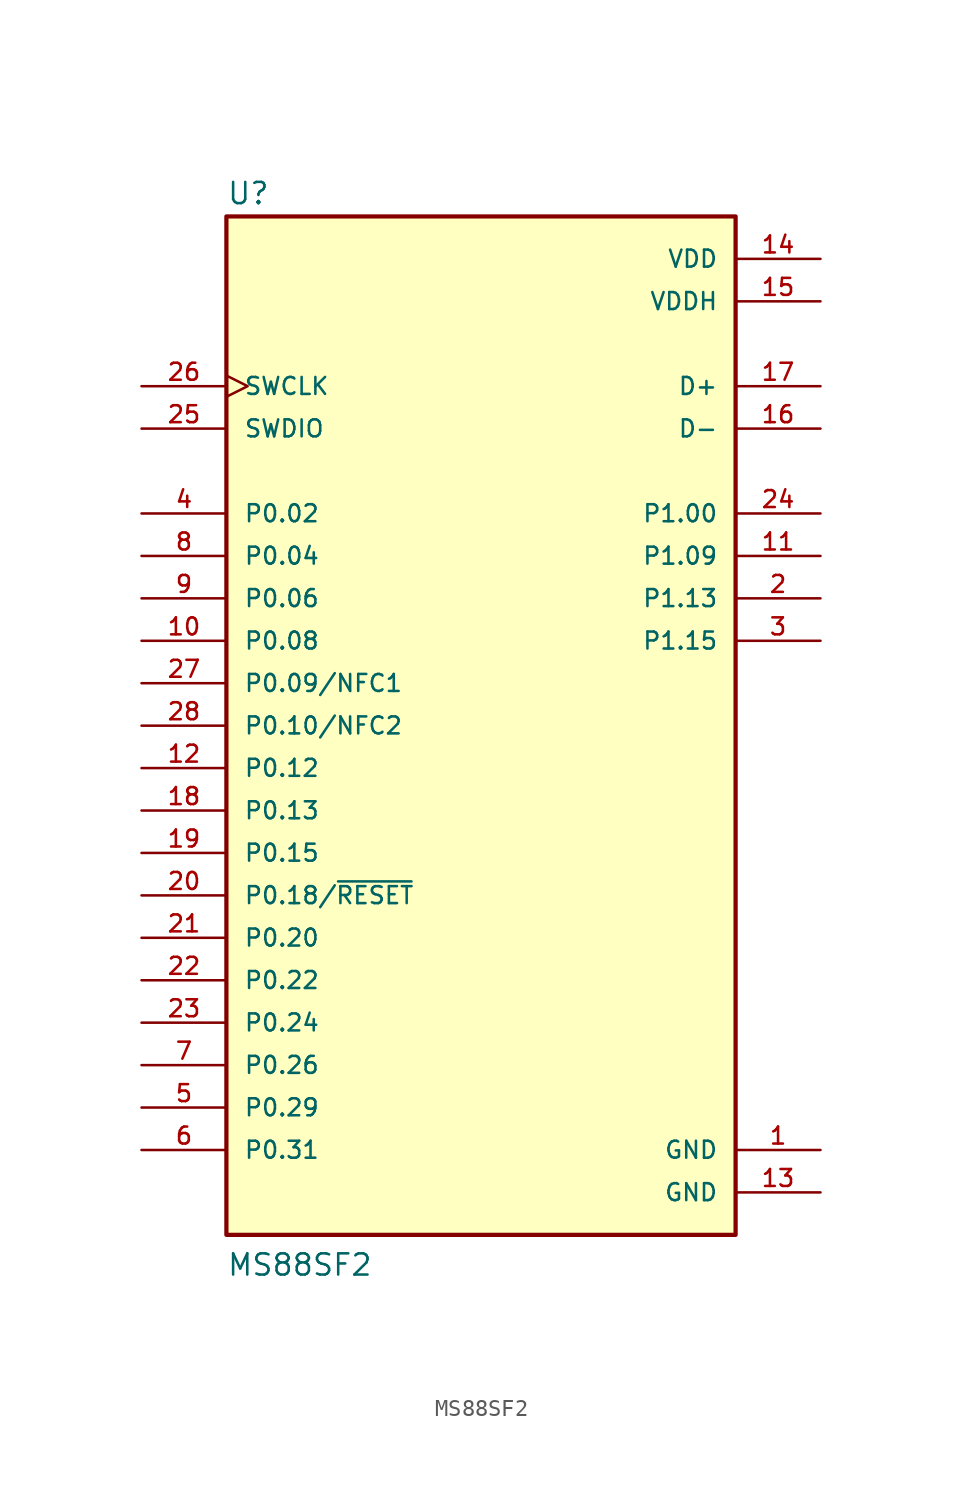
<source format=kicad_sym>
(kicad_symbol_lib
  (version 20211014)
  (generator kicad_symbol_editor)
  (symbol "MS88SF2"
    (pin_names
      (offset 1.016))
    (property "Reference" "U"
      (at -15.24 31.115 0)
      (effects (font (size 1.27 1.27)) (justify left bottom)))
    (property "Value" "MS88SF2"
      (at -15.24 -33.02 0)
      (effects (font (size 1.27 1.27)) (justify left bottom)))
    (symbol "MS88SF2_0_0"
      (rectangle (start -15.24 -30.48) (end 15.24 30.48) (stroke (width 0.254) (type default) (color 0 0 0 0)) (fill (type background)))
      (pin power_in line (at 20.32 -25.4 180) (length 5.08) (name "GND" (effects (font (size 1.016 1.016)))) (number "1" (effects (font (size 1.016 1.016)))))
      (pin bidirectional line (at -20.32 5.08 0) (length 5.08) (name "P0.08" (effects (font (size 1.016 1.016)))) (number "10" (effects (font (size 1.016 1.016)))))
      (pin bidirectional line (at 20.32 10.16 180) (length 5.08) (name "P1.09" (effects (font (size 1.016 1.016)))) (number "11" (effects (font (size 1.016 1.016)))))
      (pin bidirectional line (at -20.32 -2.54 0) (length 5.08) (name "P0.12" (effects (font (size 1.016 1.016)))) (number "12" (effects (font (size 1.016 1.016)))))
      (pin power_in line (at 20.32 -27.94 180) (length 5.08) (name "GND" (effects (font (size 1.016 1.016)))) (number "13" (effects (font (size 1.016 1.016)))))
      (pin power_in line (at 20.32 27.94 180) (length 5.08) (name "VDD" (effects (font (size 1.016 1.016)))) (number "14" (effects (font (size 1.016 1.016)))))
      (pin power_in line (at 20.32 25.4 180) (length 5.08) (name "VDDH" (effects (font (size 1.016 1.016)))) (number "15" (effects (font (size 1.016 1.016)))))
      (pin bidirectional line (at 20.32 17.78 180) (length 5.08) (name "D-" (effects (font (size 1.016 1.016)))) (number "16" (effects (font (size 1.016 1.016)))))
      (pin bidirectional line (at 20.32 20.32 180) (length 5.08) (name "D+" (effects (font (size 1.016 1.016)))) (number "17" (effects (font (size 1.016 1.016)))))
      (pin bidirectional line (at -20.32 -5.08 0) (length 5.08) (name "P0.13" (effects (font (size 1.016 1.016)))) (number "18" (effects (font (size 1.016 1.016)))))
      (pin bidirectional line (at -20.32 -7.62 0) (length 5.08) (name "P0.15" (effects (font (size 1.016 1.016)))) (number "19" (effects (font (size 1.016 1.016)))))
      (pin bidirectional line (at 20.32 7.62 180) (length 5.08) (name "P1.13" (effects (font (size 1.016 1.016)))) (number "2" (effects (font (size 1.016 1.016)))))
      (pin bidirectional line (at -20.32 -10.16 0) (length 5.08) (name "P0.18/~{RESET}" (effects (font (size 1.016 1.016)))) (number "20" (effects (font (size 1.016 1.016)))))
      (pin bidirectional line (at -20.32 -12.7 0) (length 5.08) (name "P0.20" (effects (font (size 1.016 1.016)))) (number "21" (effects (font (size 1.016 1.016)))))
      (pin bidirectional line (at -20.32 -15.24 0) (length 5.08) (name "P0.22" (effects (font (size 1.016 1.016)))) (number "22" (effects (font (size 1.016 1.016)))))
      (pin bidirectional line (at -20.32 -17.78 0) (length 5.08) (name "P0.24" (effects (font (size 1.016 1.016)))) (number "23" (effects (font (size 1.016 1.016)))))
      (pin bidirectional line (at 20.32 12.7 180) (length 5.08) (name "P1.00" (effects (font (size 1.016 1.016)))) (number "24" (effects (font (size 1.016 1.016)))))
      (pin bidirectional line (at -20.32 17.78 0) (length 5.08) (name "SWDIO" (effects (font (size 1.016 1.016)))) (number "25" (effects (font (size 1.016 1.016)))))
      (pin input clock (at -20.32 20.32 0) (length 5.08) (name "SWCLK" (effects (font (size 1.016 1.016)))) (number "26" (effects (font (size 1.016 1.016)))))
      (pin bidirectional line (at -20.32 2.54 0) (length 5.08) (name "P0.09/NFC1" (effects (font (size 1.016 1.016)))) (number "27" (effects (font (size 1.016 1.016)))))
      (pin bidirectional line (at -20.32 0 0) (length 5.08) (name "P0.10/NFC2" (effects (font (size 1.016 1.016)))) (number "28" (effects (font (size 1.016 1.016)))))
      (pin bidirectional line (at 20.32 5.08 180) (length 5.08) (name "P1.15" (effects (font (size 1.016 1.016)))) (number "3" (effects (font (size 1.016 1.016)))))
      (pin bidirectional line (at -20.32 12.7 0) (length 5.08) (name "P0.02" (effects (font (size 1.016 1.016)))) (number "4" (effects (font (size 1.016 1.016)))))
      (pin bidirectional line (at -20.32 -22.86 0) (length 5.08) (name "P0.29" (effects (font (size 1.016 1.016)))) (number "5" (effects (font (size 1.016 1.016)))))
      (pin bidirectional line (at -20.32 -25.4 0) (length 5.08) (name "P0.31" (effects (font (size 1.016 1.016)))) (number "6" (effects (font (size 1.016 1.016)))))
      (pin bidirectional line (at -20.32 -20.32 0) (length 5.08) (name "P0.26" (effects (font (size 1.016 1.016)))) (number "7" (effects (font (size 1.016 1.016)))))
      (pin bidirectional line (at -20.32 10.16 0) (length 5.08) (name "P0.04" (effects (font (size 1.016 1.016)))) (number "8" (effects (font (size 1.016 1.016)))))
      (pin bidirectional line (at -20.32 7.62 0) (length 5.08) (name "P0.06" (effects (font (size 1.016 1.016)))) (number "9" (effects (font (size 1.016 1.016))))))))
</source>
